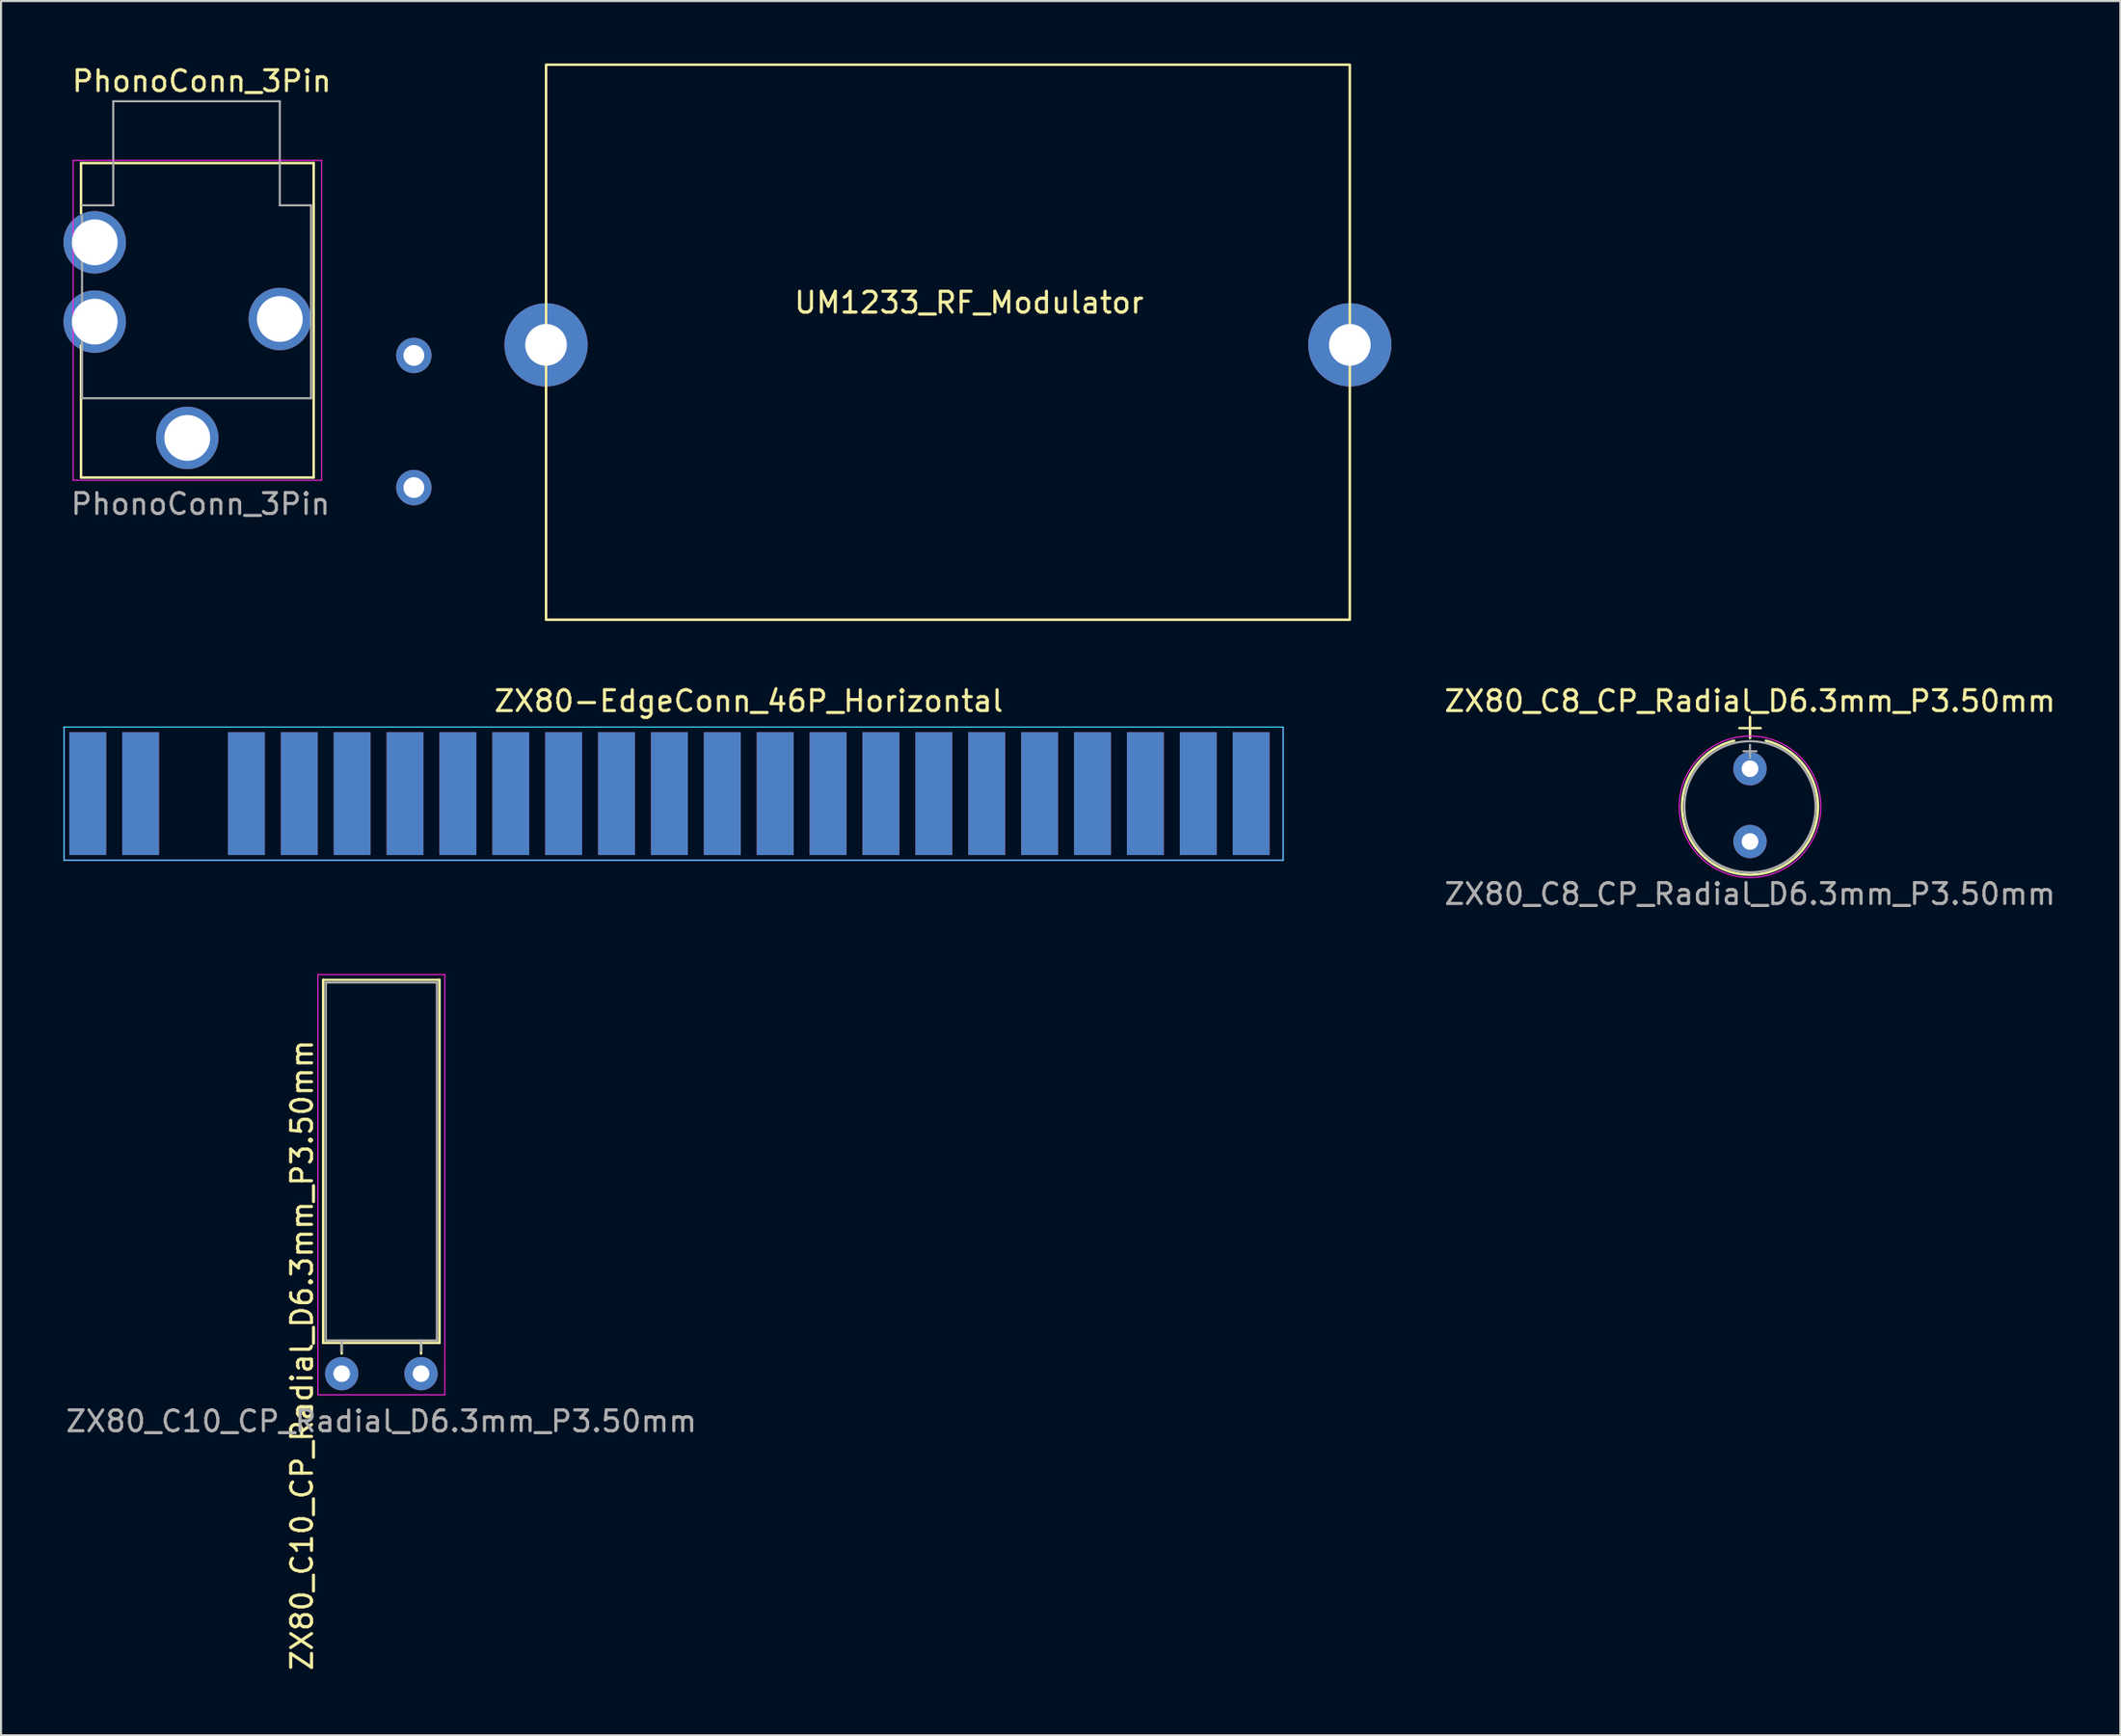
<source format=kicad_pcb>
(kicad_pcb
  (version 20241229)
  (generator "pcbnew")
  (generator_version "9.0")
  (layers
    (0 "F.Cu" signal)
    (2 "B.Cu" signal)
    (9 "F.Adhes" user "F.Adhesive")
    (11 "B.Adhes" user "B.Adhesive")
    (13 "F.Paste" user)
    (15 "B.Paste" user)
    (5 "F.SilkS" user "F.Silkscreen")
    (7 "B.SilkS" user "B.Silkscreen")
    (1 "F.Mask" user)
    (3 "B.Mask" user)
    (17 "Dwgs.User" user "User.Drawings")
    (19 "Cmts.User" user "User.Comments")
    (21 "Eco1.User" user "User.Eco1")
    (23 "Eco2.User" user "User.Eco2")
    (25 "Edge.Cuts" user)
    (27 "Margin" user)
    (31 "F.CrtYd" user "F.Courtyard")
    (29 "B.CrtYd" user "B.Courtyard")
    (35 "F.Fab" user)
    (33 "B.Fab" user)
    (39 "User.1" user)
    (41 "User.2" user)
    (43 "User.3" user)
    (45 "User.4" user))
  (footprint "ZX80-EdgeConn_46P_Horizontal"
    (layer "F.Cu")
    (at 31.915 31.888)
    (property "Reference" "ZX80-EdgeConn_46P_Horizontal" (at 1 -1.25 0) (layer "F.SilkS") (effects (font (size 1 1) (thickness 0.15))))
    (attr smd)
    (fp_poly (pts (xy 28.555 0.123) (xy -31.75 0.123) (xy -31.75 6.404) (xy 28.555 6.404)) (stroke (width 0.12) (type solid)) (fill yes) (layer "F.Mask"))
    (fp_poly (pts (xy -31.75 0.123) (xy -31.75 6.404) (xy 31.242 6.404) (xy 31.242 0.123)) (stroke (width 0.12) (type solid)) (fill yes) (layer "B.Mask"))
    (fp_line (start -31.89 0) (end 26.67 0) (stroke (width 0.05) (type solid)) (layer "B.CrtYd"))
    (fp_line (start -31.89 6.4) (end -31.89 0) (stroke (width 0.05) (type solid)) (layer "B.CrtYd"))
    (fp_line (start 26.67 0) (end 26.67 6.4) (stroke (width 0.05) (type solid)) (layer "B.CrtYd"))
    (fp_line (start 26.67 6.4) (end -31.89 6.4) (stroke (width 0.05) (type solid)) (layer "B.CrtYd"))
    (fp_line (start -31.89 0) (end 26.67 0) (stroke (width 0.05) (type solid)) (layer "F.CrtYd"))
    (fp_line (start -31.89 6.4) (end -31.89 0) (stroke (width 0.05) (type solid)) (layer "F.CrtYd"))
    (fp_line (start 26.67 0) (end 26.67 6.4) (stroke (width 0.05) (type solid)) (layer "F.CrtYd"))
    (fp_line (start 26.67 6.4) (end -31.89 6.4) (stroke (width 0.05) (type solid)) (layer "F.CrtYd"))
    (pad "1A" smd rect (at -30.75 3.2 180) (size 1.77 5.9) (layers "F.Cu" "F.Mask" "F.Paste"))
    (pad "1B" smd rect (at -30.75 3.2 180) (size 1.77 5.9) (layers "B.Cu" "B.Mask" "B.Paste"))
    (pad "2A" smd rect (at -28.21 3.2 180) (size 1.77 5.9) (layers "F.Cu" "F.Mask" "F.Paste"))
    (pad "2B" smd rect (at -28.21 3.2 180) (size 1.77 5.9) (layers "B.Cu" "B.Mask" "B.Paste"))
    (pad "4A" smd rect (at -23.13 3.2 180) (size 1.77 5.9) (layers "F.Cu" "F.Mask" "F.Paste"))
    (pad "4B" smd rect (at -23.13 3.2 180) (size 1.77 5.9) (layers "B.Cu" "B.Mask" "B.Paste"))
    (pad "5A" smd rect (at -20.59 3.2 180) (size 1.77 5.9) (layers "F.Cu" "F.Mask" "F.Paste"))
    (pad "5B" smd rect (at -20.59 3.2 180) (size 1.77 5.9) (layers "B.Cu" "B.Mask" "B.Paste"))
    (pad "6A" smd rect (at -18.05 3.2 180) (size 1.77 5.9) (layers "F.Cu" "F.Mask" "F.Paste"))
    (pad "6B" smd rect (at -18.05 3.2 180) (size 1.77 5.9) (layers "B.Cu" "B.Mask" "B.Paste"))
    (pad "7A" smd rect (at -15.51 3.2 180) (size 1.77 5.9) (layers "F.Cu" "F.Mask" "F.Paste"))
    (pad "7B" smd rect (at -15.51 3.2 180) (size 1.77 5.9) (layers "B.Cu" "B.Mask" "B.Paste"))
    (pad "8A" smd rect (at -12.97 3.2 180) (size 1.77 5.9) (layers "F.Cu" "F.Mask" "F.Paste"))
    (pad "8B" smd rect (at -12.97 3.2 180) (size 1.77 5.9) (layers "B.Cu" "B.Mask" "B.Paste"))
    (pad "9A" smd rect (at -10.43 3.2 180) (size 1.77 5.9) (layers "F.Cu" "F.Mask" "F.Paste"))
    (pad "9B" smd rect (at -10.43 3.2 180) (size 1.77 5.9) (layers "B.Cu" "B.Mask" "B.Paste"))
    (pad "10A" smd rect (at -7.89 3.2 180) (size 1.77 5.9) (layers "F.Cu" "F.Mask" "F.Paste"))
    (pad "10B" smd rect (at -7.89 3.2 180) (size 1.77 5.9) (layers "B.Cu" "B.Mask" "B.Paste"))
    (pad "11A" smd rect (at -5.35 3.2 180) (size 1.77 5.9) (layers "F.Cu" "F.Mask" "F.Paste"))
    (pad "11B" smd rect (at -5.35 3.2 180) (size 1.77 5.9) (layers "B.Cu" "B.Mask" "B.Paste"))
    (pad "12A" smd rect (at -2.81 3.2 180) (size 1.77 5.9) (layers "F.Cu" "F.Mask" "F.Paste"))
    (pad "12B" smd rect (at -2.81 3.2 180) (size 1.77 5.9) (layers "B.Cu" "B.Mask" "B.Paste"))
    (pad "13A" smd rect (at -0.27 3.2 180) (size 1.77 5.9) (layers "F.Cu" "F.Mask" "F.Paste"))
    (pad "13B" smd rect (at -0.27 3.2 180) (size 1.77 5.9) (layers "B.Cu" "B.Mask" "B.Paste"))
    (pad "14A" smd rect (at 2.27 3.2 180) (size 1.77 5.9) (layers "F.Cu" "F.Mask" "F.Paste"))
    (pad "14B" smd rect (at 2.27 3.2 180) (size 1.77 5.9) (layers "B.Cu" "B.Mask" "B.Paste"))
    (pad "15A" smd rect (at 4.81 3.2 180) (size 1.77 5.9) (layers "F.Cu" "F.Mask" "F.Paste"))
    (pad "15B" smd rect (at 4.81 3.2 180) (size 1.77 5.9) (layers "B.Cu" "B.Mask" "B.Paste"))
    (pad "16A" smd rect (at 7.35 3.2 180) (size 1.77 5.9) (layers "F.Cu" "F.Mask" "F.Paste"))
    (pad "16B" smd rect (at 7.35 3.2 180) (size 1.77 5.9) (layers "B.Cu" "B.Mask" "B.Paste"))
    (pad "17A" smd rect (at 9.89 3.2 180) (size 1.77 5.9) (layers "F.Cu" "F.Mask" "F.Paste"))
    (pad "17B" smd rect (at 9.89 3.2 180) (size 1.77 5.9) (layers "B.Cu" "B.Mask" "B.Paste"))
    (pad "18A" smd rect (at 12.43 3.2 180) (size 1.77 5.9) (layers "F.Cu" "F.Mask" "F.Paste"))
    (pad "18B" smd rect (at 12.43 3.2 180) (size 1.77 5.9) (layers "B.Cu" "B.Mask" "B.Paste"))
    (pad "19A" smd rect (at 14.97 3.2 180) (size 1.77 5.9) (layers "F.Cu" "F.Mask" "F.Paste"))
    (pad "19B" smd rect (at 14.97 3.2 180) (size 1.77 5.9) (layers "B.Cu" "B.Mask" "B.Paste"))
    (pad "20A" smd rect (at 17.51 3.2 180) (size 1.77 5.9) (layers "F.Cu" "F.Mask" "F.Paste"))
    (pad "20B" smd rect (at 17.51 3.2 180) (size 1.77 5.9) (layers "B.Cu" "B.Mask" "B.Paste"))
    (pad "21A" smd rect (at 20.05 3.2 180) (size 1.77 5.9) (layers "F.Cu" "F.Mask" "F.Paste"))
    (pad "21B" smd rect (at 20.05 3.2 180) (size 1.77 5.9) (layers "B.Cu" "B.Mask" "B.Paste"))
    (pad "22A" smd rect (at 22.59 3.2 180) (size 1.77 5.9) (layers "F.Cu" "F.Mask" "F.Paste"))
    (pad "22B" smd rect (at 22.59 3.2 180) (size 1.77 5.9) (layers "B.Cu" "B.Mask" "B.Paste"))
    (pad "23A" smd rect (at 25.13 3.2 180) (size 1.77 5.9) (layers "F.Cu" "F.Mask" "F.Paste"))
    (pad "23B" smd rect (at 25.13 3.2 180) (size 1.77 5.9) (layers "B.Cu" "B.Mask" "B.Paste")))
  (footprint "ZX80_C10_CP_Radial_D6.3mm_P3.50mm"
    (layer "F.Cu")
    (at 15.268 60.09)
    (property "Reference" "ZX80_C10_CP_Radial_D6.3mm_P3.50mm" (at -3.81 1.98 270) (layer "F.SilkS") (effects (font (size 1 1) (thickness 0.15))))
    (attr through_hole)
    (fp_line (start -2.794 -16.054) (end -2.794 1.39) (stroke (width 0.12) (type solid)) (layer "F.SilkS"))
    (fp_line (start -2.794 1.39) (end 2.794 1.39) (stroke (width 0.12) (type solid)) (layer "F.SilkS"))
    (fp_line (start -1.905 1.905) (end -1.905 1.397) (stroke (width 0.12) (type solid)) (layer "F.SilkS"))
    (fp_line (start 1.905 1.905) (end 1.905 1.397) (stroke (width 0.12) (type solid)) (layer "F.SilkS"))
    (fp_line (start 2.794 -16.054) (end -2.794 -16.054) (stroke (width 0.12) (type solid)) (layer "F.SilkS"))
    (fp_line (start 2.794 1.39) (end 2.794 -16.054) (stroke (width 0.12) (type solid)) (layer "F.SilkS"))
    (fp_line (start -3.048 -16.308) (end -3.048 3.885) (stroke (width 0.05) (type solid)) (layer "F.CrtYd"))
    (fp_line (start -3.048 3.885) (end 3.048 3.885) (stroke (width 0.05) (type solid)) (layer "F.CrtYd"))
    (fp_line (start 3.048 -16.308) (end -3.048 -16.308) (stroke (width 0.05) (type solid)) (layer "F.CrtYd"))
    (fp_line (start 3.048 3.885) (end 3.048 -16.308) (stroke (width 0.05) (type solid)) (layer "F.CrtYd"))
    (fp_line (start -2.667 -15.927) (end -2.667 1.27) (stroke (width 0.1) (type solid)) (layer "F.Fab"))
    (fp_line (start -2.667 1.27) (end 2.667 1.27) (stroke (width 0.1) (type solid)) (layer "F.Fab"))
    (fp_line (start -1.905 1.778) (end -1.905 1.27) (stroke (width 0.1) (type solid)) (layer "F.Fab"))
    (fp_line (start 1.905 1.778) (end 1.905 1.27) (stroke (width 0.1) (type solid)) (layer "F.Fab"))
    (fp_line (start 2.667 -15.927) (end -2.667 -15.927) (stroke (width 0.1) (type solid)) (layer "F.Fab"))
    (fp_line (start 2.667 1.27) (end 2.667 -15.927) (stroke (width 0.1) (type solid)) (layer "F.Fab"))
    (fp_text user "${REFERENCE}" (at 0 5.155 180) (layer "F.Fab") (effects (font (size 1 1) (thickness 0.15))))
    (pad "1" thru_hole circle (at -1.905 2.869) (size 1.6 1.6) (drill 0.8) (layers "*.Cu" "*.Mask"))
    (pad "2" thru_hole circle (at 1.905 2.869) (size 1.6 1.6) (drill 0.8) (layers "*.Cu" "*.Mask")))
  (footprint "UM1233_RF_Modulator"
    (layer "F.Cu")
    (at 43.499 14.03)
    (property "Reference" "UM1233_RF_Modulator" (at 0 -2.54 0) (unlocked yes) (layer "F.SilkS") (effects (font (size 1 1) (thickness 0.15))))
    (attr through_hole)
    (fp_rect (start -20.32 -13.97) (end 18.288 12.7) (stroke (width 0.12) (type default)) (fill no) (layer "F.SilkS"))
    (pad "1" thru_hole circle (at -26.67 6.35) (size 1.7 1.7) (drill 1) (layers "*.Cu" "*.Mask"))
    (pad "2" thru_hole circle (at -20.32 -0.508) (size 4 4) (drill 2) (layers "*.Cu" "*.Mask"))
    (pad "2" thru_hole circle (at 18.288 -0.508) (size 4 4) (drill 2) (layers "*.Cu" "*.Mask"))
    (pad "3" thru_hole circle (at -26.67 0) (size 1.7 1.7) (drill 1) (layers "*.Cu" "*.Mask")))
  (footprint "PhonoConn_3Pin"
    (layer "F.Cu")
    (at 6.58 9.738)
    (property "Reference" "PhonoConn_3Pin" (at 0.06 -8.89 0) (unlocked yes) (layer "F.SilkS") (effects (font (size 1 1) (thickness 0.15))))
    (attr through_hole)
    (fp_line (start -5.738 -4.953) (end -5.738 -2.54) (stroke (width 0.12) (type solid)) (layer "F.SilkS"))
    (fp_line (start -5.738 -4.953) (end 5.438 -4.953) (stroke (width 0.12) (type solid)) (layer "F.SilkS"))
    (fp_line (start -5.738 3.81) (end -5.738 10.16) (stroke (width 0.12) (type solid)) (layer "F.SilkS"))
    (fp_line (start -5.738 10.16) (end 5.438 10.16) (stroke (width 0.12) (type solid)) (layer "F.SilkS"))
    (fp_line (start 5.438 -4.953) (end 5.438 10.16) (stroke (width 0.12) (type solid)) (layer "F.SilkS"))
    (fp_line (start -6.119 -5.08) (end 5.819 -5.08) (stroke (width 0.05) (type solid)) (layer "F.CrtYd"))
    (fp_line (start -6.119 10.287) (end -6.119 -5.08) (stroke (width 0.05) (type solid)) (layer "F.CrtYd"))
    (fp_line (start -6.119 10.287) (end 5.819 10.287) (stroke (width 0.05) (type solid)) (layer "F.CrtYd"))
    (fp_line (start 5.819 -5.08) (end 5.819 10.287) (stroke (width 0.05) (type solid)) (layer "F.CrtYd"))
    (fp_line (start -5.69 -2.921) (end -4.19 -2.921) (stroke (width 0.1) (type solid)) (layer "F.Fab"))
    (fp_line (start -5.69 6.35) (end -5.69 -2.42) (stroke (width 0.1) (type solid)) (layer "F.Fab"))
    (fp_line (start -5.69 6.35) (end 5.31 6.35) (stroke (width 0.1) (type solid)) (layer "F.Fab"))
    (fp_line (start -4.19 -7.921) (end -4.19 -2.921) (stroke (width 0.1) (type solid)) (layer "F.Fab"))
    (fp_line (start -4.19 -7.921) (end 3.81 -7.921) (stroke (width 0.1) (type solid)) (layer "F.Fab"))
    (fp_line (start 3.81 -7.921) (end 3.81 -2.921) (stroke (width 0.1) (type solid)) (layer "F.Fab"))
    (fp_line (start 3.81 -2.921) (end 5.31 -2.921) (stroke (width 0.1) (type solid)) (layer "F.Fab"))
    (fp_line (start 5.31 -2.921) (end 5.31 6.35) (stroke (width 0.1) (type solid)) (layer "F.Fab"))
    (fp_text user "${REFERENCE}" (at 0 11.43 0) (unlocked yes) (layer "F.Fab") (effects (font (size 1 1) (thickness 0.15))))
    (pad "" thru_hole circle (at -0.635 8.255) (size 3 3) (drill 2.2) (layers "*.Cu" "*.Mask"))
    (pad "R" thru_hole circle (at 3.81 2.54) (size 3 3) (drill 2.2) (layers "*.Cu" "*.Mask"))
    (pad "S" thru_hole circle (at -5.08 2.667) (size 3 3) (drill 2.2) (layers "*.Cu" "*.Mask"))
    (pad "T" thru_hole circle (at -5.08 -1.143) (size 3 3) (drill 2.2) (layers "*.Cu" "*.Mask")))
  (footprint "ZX80_C8_CP_Radial_D6.3mm_P3.50mm"
    (layer "F.Cu")
    (at 81.009 35.845)
    (property "Reference" "ZX80_C8_CP_Radial_D6.3mm_P3.50mm" (at 0 -5.207 0) (layer "F.SilkS") (effects (font (size 1 1) (thickness 0.15))))
    (attr through_hole)
    (fp_line (start -0.508 -3.906) (end 0.508 -3.906) (stroke (width 0.12) (type solid)) (layer "F.SilkS"))
    (fp_line (start 0 -4.445) (end 0 -3.429) (stroke (width 0.12) (type solid)) (layer "F.SilkS"))
    (fp_arc (start 0.762 -3.302) (mid 0 3.138158) (end -0.762 -3.302) (stroke (width 0.12) (type default)) (layer "F.SilkS"))
    (fp_circle (center 0 -0.127) (end 3.4 -0.127) (stroke (width 0.05) (type solid)) (fill no) (layer "F.CrtYd"))
    (fp_line (start -0.315 -2.794) (end 0.315 -2.794) (stroke (width 0.1) (type solid)) (layer "F.Fab"))
    (fp_line (start 0 -3.109) (end 0 -2.479) (stroke (width 0.1) (type solid)) (layer "F.Fab"))
    (fp_circle (center 0 -0.127) (end 3.15 -0.127) (stroke (width 0.1) (type solid)) (fill no) (layer "F.Fab"))
    (fp_text user "${REFERENCE}" (at 0 4.064 0) (layer "F.Fab") (effects (font (size 1 1) (thickness 0.15))))
    (pad "1" thru_hole circle (at 0 -1.956 270) (size 1.6 1.6) (drill 0.8) (layers "*.Cu" "*.Mask"))
    (pad "2" thru_hole circle (at 0 1.544 270) (size 1.6 1.6) (drill 0.8) (layers "*.Cu" "*.Mask")))
  (gr_rect
    (start -3 -3)
    (end 98.8 80.338)
    (stroke (width 0.1) (type default))
    (fill no)
    (layer "Edge.Cuts")))
</source>
